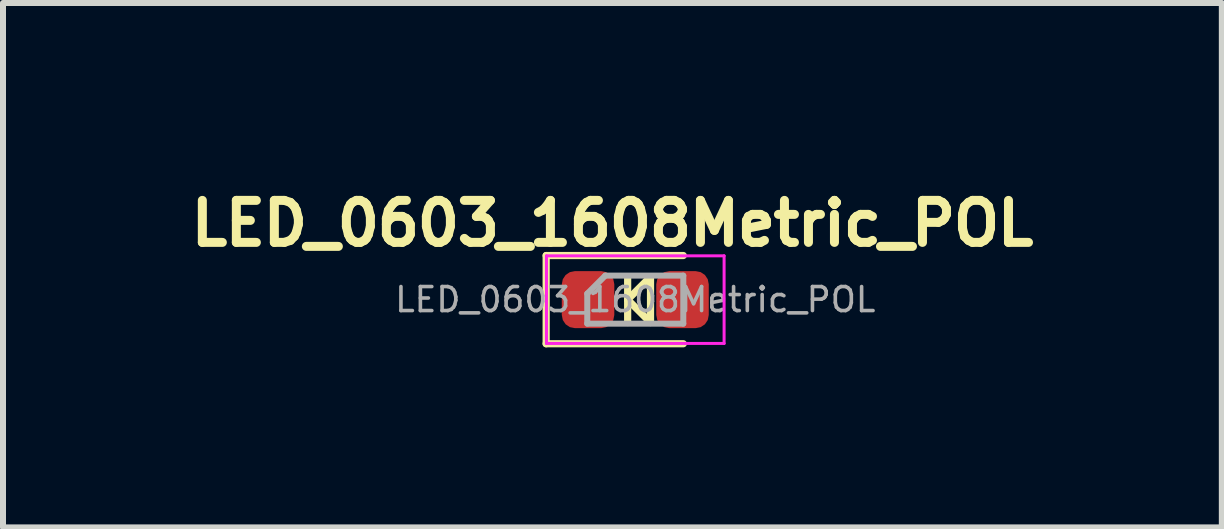
<source format=kicad_pcb>
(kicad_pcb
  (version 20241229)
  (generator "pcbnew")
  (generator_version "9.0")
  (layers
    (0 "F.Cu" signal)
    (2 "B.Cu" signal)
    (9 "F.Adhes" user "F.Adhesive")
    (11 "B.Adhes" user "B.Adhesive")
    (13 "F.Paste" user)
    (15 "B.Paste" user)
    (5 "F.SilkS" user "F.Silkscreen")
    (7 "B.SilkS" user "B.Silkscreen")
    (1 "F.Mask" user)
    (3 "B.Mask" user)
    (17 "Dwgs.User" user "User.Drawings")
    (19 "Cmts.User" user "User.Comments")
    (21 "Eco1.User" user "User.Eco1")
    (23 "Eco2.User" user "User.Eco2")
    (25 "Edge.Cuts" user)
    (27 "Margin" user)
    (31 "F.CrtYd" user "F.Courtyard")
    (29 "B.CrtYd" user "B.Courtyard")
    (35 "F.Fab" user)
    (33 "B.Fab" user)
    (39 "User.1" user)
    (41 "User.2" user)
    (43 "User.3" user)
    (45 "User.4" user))
  (footprint "LED_0603_1608Metric_POL"
    (layer "F.Cu")
    (at 7.536 1.943)
    (property "Reference" "LED_0603_1608Metric_POL" (at -0.381 -1.27 0) (layer "F.SilkS") (effects (font (size 0.7 0.7) (thickness 0.15))))
    (attr smd)
    (fp_line (start -1.485 -0.735) (end -1.485 0.735) (stroke (width 0.12) (type solid)) (layer "F.SilkS"))
    (fp_line (start -1.485 0.735) (end 0.8 0.735) (stroke (width 0.12) (type solid)) (layer "F.SilkS"))
    (fp_line (start -0.127 -0.381) (end -0.127 0.381) (stroke (width 0.12) (type solid)) (layer "F.SilkS"))
    (fp_line (start -0.127 0) (end 0.254 -0.381) (stroke (width 0.12) (type solid)) (layer "F.SilkS"))
    (fp_line (start 0.254 -0.381) (end 0.254 0.381) (stroke (width 0.12) (type solid)) (layer "F.SilkS"))
    (fp_line (start 0.254 0.381) (end -0.127 0) (stroke (width 0.12) (type solid)) (layer "F.SilkS"))
    (fp_line (start 0.8 -0.735) (end -1.485 -0.735) (stroke (width 0.12) (type solid)) (layer "F.SilkS"))
    (fp_line (start -1.48 -0.73) (end 1.48 -0.73) (stroke (width 0.05) (type solid)) (layer "F.CrtYd"))
    (fp_line (start -1.48 0.73) (end -1.48 -0.73) (stroke (width 0.05) (type solid)) (layer "F.CrtYd"))
    (fp_line (start 1.48 -0.73) (end 1.48 0.73) (stroke (width 0.05) (type solid)) (layer "F.CrtYd"))
    (fp_line (start 1.48 0.73) (end -1.48 0.73) (stroke (width 0.05) (type solid)) (layer "F.CrtYd"))
    (fp_line (start -0.8 -0.1) (end -0.8 0.4) (stroke (width 0.1) (type solid)) (layer "F.Fab"))
    (fp_line (start -0.8 0.4) (end 0.8 0.4) (stroke (width 0.1) (type solid)) (layer "F.Fab"))
    (fp_line (start -0.5 -0.4) (end -0.8 -0.1) (stroke (width 0.1) (type solid)) (layer "F.Fab"))
    (fp_line (start 0.8 -0.4) (end -0.5 -0.4) (stroke (width 0.1) (type solid)) (layer "F.Fab"))
    (fp_line (start 0.8 0.4) (end 0.8 -0.4) (stroke (width 0.1) (type solid)) (layer "F.Fab"))
    (fp_text user "${REFERENCE}" (at 0 0 0) (layer "F.Fab") (effects (font (size 0.4 0.4) (thickness 0.06))))
    (pad "1" smd roundrect (at -0.787 0) (size 0.875 0.95) (layers "F.Cu" "F.Mask" "F.Paste") (roundrect_rratio 0.25))
    (pad "2" smd roundrect (at 0.787 0) (size 0.875 0.95) (layers "F.Cu" "F.Mask" "F.Paste") (roundrect_rratio 0.25)))
  (gr_rect
    (start -3 -3)
    (end 17.31 5.738)
    (stroke (width 0.1) (type default))
    (fill no)
    (layer "Edge.Cuts")))
</source>
